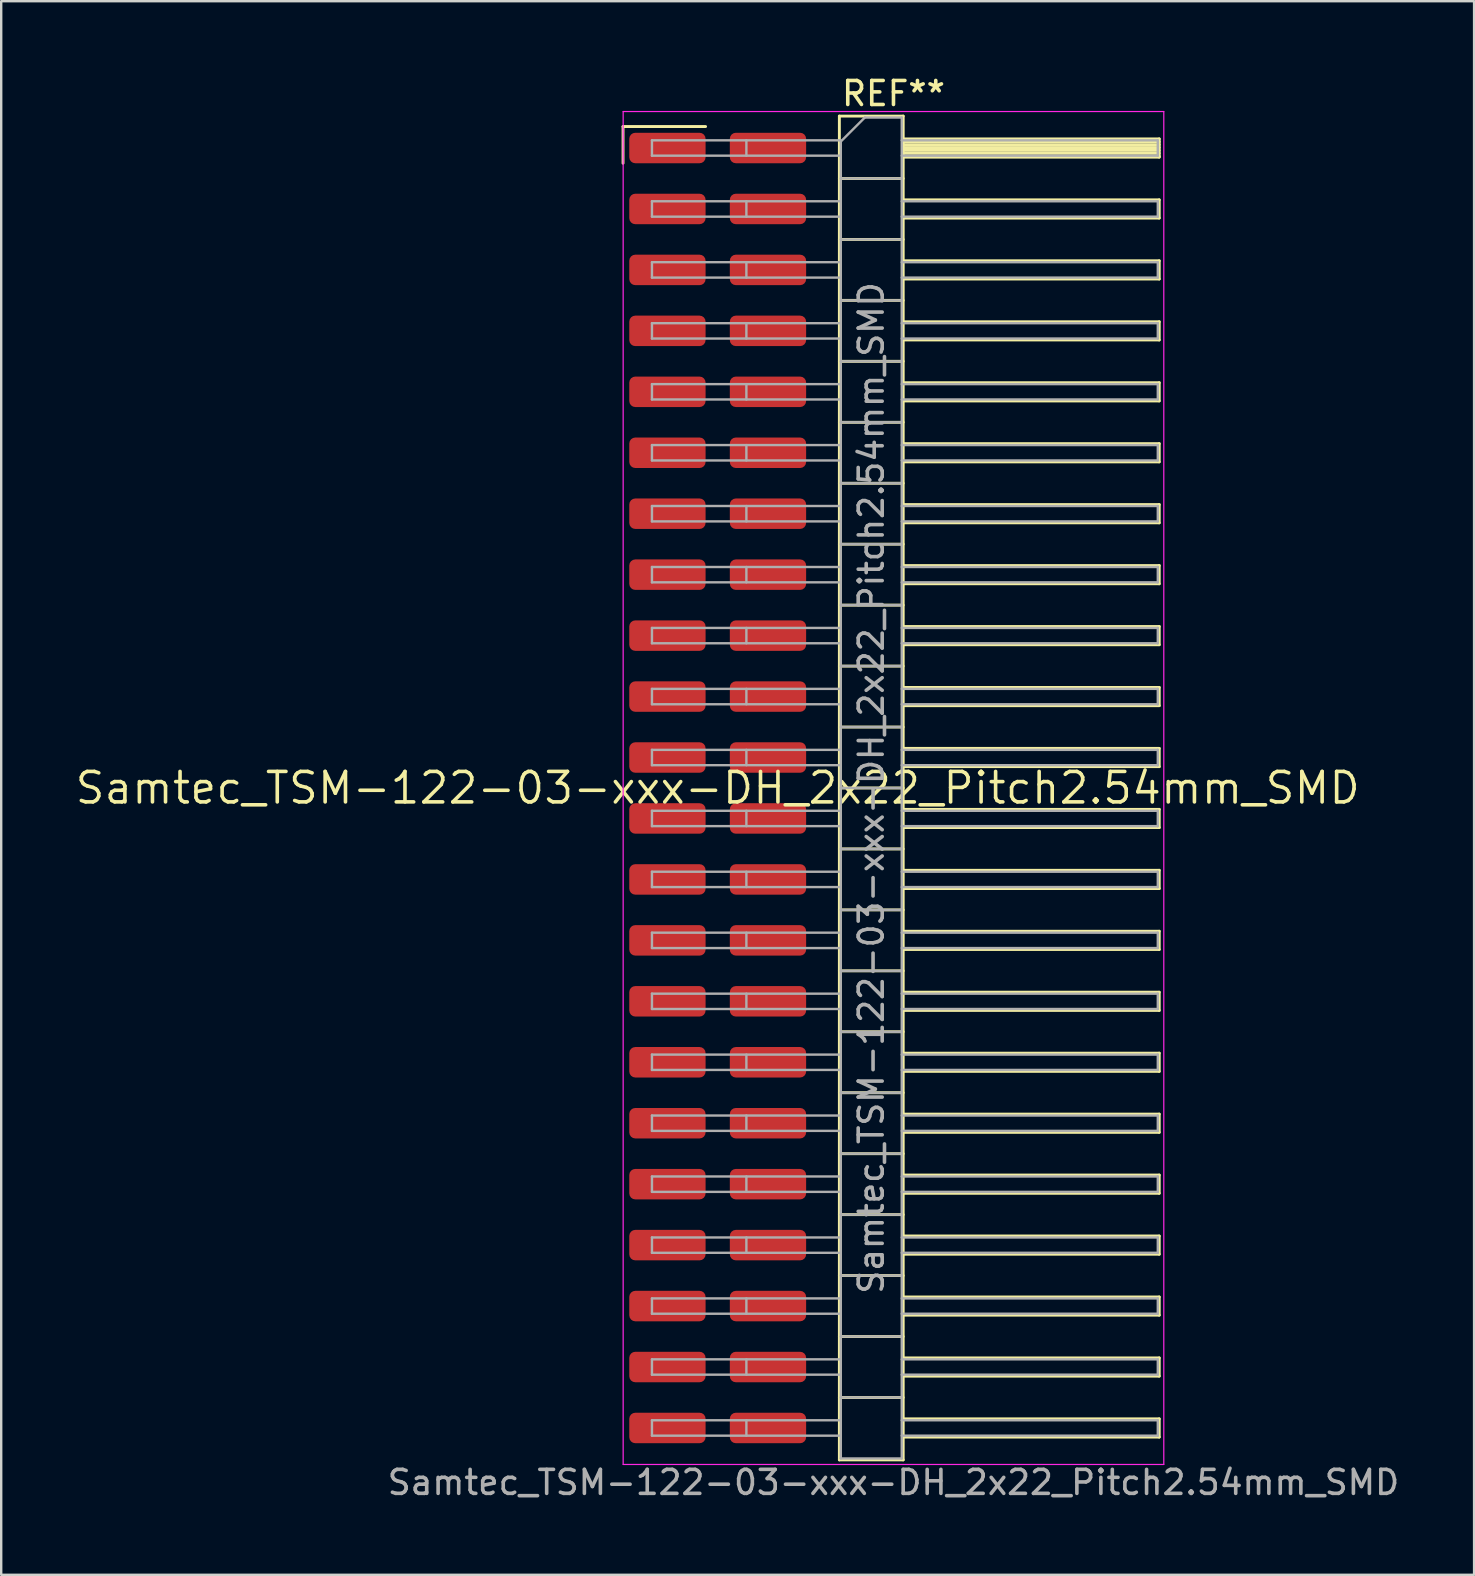
<source format=kicad_pcb>
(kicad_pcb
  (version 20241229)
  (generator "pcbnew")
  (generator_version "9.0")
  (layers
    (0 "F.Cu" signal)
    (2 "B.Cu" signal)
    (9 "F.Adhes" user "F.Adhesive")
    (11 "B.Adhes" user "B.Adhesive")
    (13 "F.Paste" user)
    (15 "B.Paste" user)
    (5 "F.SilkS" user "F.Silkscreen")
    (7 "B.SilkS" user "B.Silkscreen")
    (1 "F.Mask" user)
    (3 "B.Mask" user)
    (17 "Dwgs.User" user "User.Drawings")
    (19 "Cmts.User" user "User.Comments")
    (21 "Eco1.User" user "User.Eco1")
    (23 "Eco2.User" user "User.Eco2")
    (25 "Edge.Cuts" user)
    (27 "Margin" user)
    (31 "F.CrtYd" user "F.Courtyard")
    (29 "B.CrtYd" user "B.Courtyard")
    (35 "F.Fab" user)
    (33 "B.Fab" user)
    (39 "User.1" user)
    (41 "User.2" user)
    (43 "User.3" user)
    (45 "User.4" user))
  (footprint "Samtec_TSM-122-03-xxx-DH_2x22_Pitch2.54mm_SMD"
    (layer "F.Cu")
    (at 26.859 29.788)
    (property "Reference" "Samtec_TSM-122-03-xxx-DH_2x22_Pitch2.54mm_SMD" (at 0 0 0) (layer "F.SilkS") (effects (font (size 1.27 1.27) (thickness 0.15))))
    (attr smd)
    (fp_line (start -3.945 -27.565) (end -0.505 -27.565) (stroke (width 0.12) (type solid)) (layer "F.SilkS"))
    (fp_line (start -3.945 -26.035) (end -3.945 -27.565) (stroke (width 0.12) (type solid)) (layer "F.SilkS"))
    (fp_line (start 5.07 -28) (end 7.73 -28) (stroke (width 0.12) (type solid)) (layer "F.SilkS"))
    (fp_line (start 5.07 -25.4) (end 7.73 -25.4) (stroke (width 0.12) (type solid)) (layer "F.SilkS"))
    (fp_line (start 5.07 -22.86) (end 7.73 -22.86) (stroke (width 0.12) (type solid)) (layer "F.SilkS"))
    (fp_line (start 5.07 -20.32) (end 7.73 -20.32) (stroke (width 0.12) (type solid)) (layer "F.SilkS"))
    (fp_line (start 5.07 -17.78) (end 7.73 -17.78) (stroke (width 0.12) (type solid)) (layer "F.SilkS"))
    (fp_line (start 5.07 -15.24) (end 7.73 -15.24) (stroke (width 0.12) (type solid)) (layer "F.SilkS"))
    (fp_line (start 5.07 -12.7) (end 7.73 -12.7) (stroke (width 0.12) (type solid)) (layer "F.SilkS"))
    (fp_line (start 5.07 -10.16) (end 7.73 -10.16) (stroke (width 0.12) (type solid)) (layer "F.SilkS"))
    (fp_line (start 5.07 -7.62) (end 7.73 -7.62) (stroke (width 0.12) (type solid)) (layer "F.SilkS"))
    (fp_line (start 5.07 -5.08) (end 7.73 -5.08) (stroke (width 0.12) (type solid)) (layer "F.SilkS"))
    (fp_line (start 5.07 -2.54) (end 7.73 -2.54) (stroke (width 0.12) (type solid)) (layer "F.SilkS"))
    (fp_line (start 5.07 0) (end 7.73 0) (stroke (width 0.12) (type solid)) (layer "F.SilkS"))
    (fp_line (start 5.07 2.54) (end 7.73 2.54) (stroke (width 0.12) (type solid)) (layer "F.SilkS"))
    (fp_line (start 5.07 5.08) (end 7.73 5.08) (stroke (width 0.12) (type solid)) (layer "F.SilkS"))
    (fp_line (start 5.07 7.62) (end 7.73 7.62) (stroke (width 0.12) (type solid)) (layer "F.SilkS"))
    (fp_line (start 5.07 10.16) (end 7.73 10.16) (stroke (width 0.12) (type solid)) (layer "F.SilkS"))
    (fp_line (start 5.07 12.7) (end 7.73 12.7) (stroke (width 0.12) (type solid)) (layer "F.SilkS"))
    (fp_line (start 5.07 15.24) (end 7.73 15.24) (stroke (width 0.12) (type solid)) (layer "F.SilkS"))
    (fp_line (start 5.07 17.78) (end 7.73 17.78) (stroke (width 0.12) (type solid)) (layer "F.SilkS"))
    (fp_line (start 5.07 20.32) (end 7.73 20.32) (stroke (width 0.12) (type solid)) (layer "F.SilkS"))
    (fp_line (start 5.07 22.86) (end 7.73 22.86) (stroke (width 0.12) (type solid)) (layer "F.SilkS"))
    (fp_line (start 5.07 25.4) (end 7.73 25.4) (stroke (width 0.12) (type solid)) (layer "F.SilkS"))
    (fp_line (start 5.07 28) (end 5.07 -28) (stroke (width 0.12) (type solid)) (layer "F.SilkS"))
    (fp_line (start 7.73 -28) (end 7.73 28) (stroke (width 0.12) (type solid)) (layer "F.SilkS"))
    (fp_line (start 7.73 -27.05) (end 18.4 -27.05) (stroke (width 0.12) (type solid)) (layer "F.SilkS"))
    (fp_line (start 7.73 -26.93) (end 18.4 -26.93) (stroke (width 0.12) (type solid)) (layer "F.SilkS"))
    (fp_line (start 7.73 -26.81) (end 18.4 -26.81) (stroke (width 0.12) (type solid)) (layer "F.SilkS"))
    (fp_line (start 7.73 -26.69) (end 18.4 -26.69) (stroke (width 0.12) (type solid)) (layer "F.SilkS"))
    (fp_line (start 7.73 -26.57) (end 18.4 -26.57) (stroke (width 0.12) (type solid)) (layer "F.SilkS"))
    (fp_line (start 7.73 -26.45) (end 18.4 -26.45) (stroke (width 0.12) (type solid)) (layer "F.SilkS"))
    (fp_line (start 7.73 -26.33) (end 18.4 -26.33) (stroke (width 0.12) (type solid)) (layer "F.SilkS"))
    (fp_line (start 7.73 -26.29) (end 18.4 -26.29) (stroke (width 0.12) (type solid)) (layer "F.SilkS"))
    (fp_line (start 7.73 -24.51) (end 18.4 -24.51) (stroke (width 0.12) (type solid)) (layer "F.SilkS"))
    (fp_line (start 7.73 -23.75) (end 18.4 -23.75) (stroke (width 0.12) (type solid)) (layer "F.SilkS"))
    (fp_line (start 7.73 -21.97) (end 18.4 -21.97) (stroke (width 0.12) (type solid)) (layer "F.SilkS"))
    (fp_line (start 7.73 -21.21) (end 18.4 -21.21) (stroke (width 0.12) (type solid)) (layer "F.SilkS"))
    (fp_line (start 7.73 -19.43) (end 18.4 -19.43) (stroke (width 0.12) (type solid)) (layer "F.SilkS"))
    (fp_line (start 7.73 -18.67) (end 18.4 -18.67) (stroke (width 0.12) (type solid)) (layer "F.SilkS"))
    (fp_line (start 7.73 -16.89) (end 18.4 -16.89) (stroke (width 0.12) (type solid)) (layer "F.SilkS"))
    (fp_line (start 7.73 -16.13) (end 18.4 -16.13) (stroke (width 0.12) (type solid)) (layer "F.SilkS"))
    (fp_line (start 7.73 -14.35) (end 18.4 -14.35) (stroke (width 0.12) (type solid)) (layer "F.SilkS"))
    (fp_line (start 7.73 -13.59) (end 18.4 -13.59) (stroke (width 0.12) (type solid)) (layer "F.SilkS"))
    (fp_line (start 7.73 -11.81) (end 18.4 -11.81) (stroke (width 0.12) (type solid)) (layer "F.SilkS"))
    (fp_line (start 7.73 -11.05) (end 18.4 -11.05) (stroke (width 0.12) (type solid)) (layer "F.SilkS"))
    (fp_line (start 7.73 -9.27) (end 18.4 -9.27) (stroke (width 0.12) (type solid)) (layer "F.SilkS"))
    (fp_line (start 7.73 -8.51) (end 18.4 -8.51) (stroke (width 0.12) (type solid)) (layer "F.SilkS"))
    (fp_line (start 7.73 -6.73) (end 18.4 -6.73) (stroke (width 0.12) (type solid)) (layer "F.SilkS"))
    (fp_line (start 7.73 -5.97) (end 18.4 -5.97) (stroke (width 0.12) (type solid)) (layer "F.SilkS"))
    (fp_line (start 7.73 -4.19) (end 18.4 -4.19) (stroke (width 0.12) (type solid)) (layer "F.SilkS"))
    (fp_line (start 7.73 -3.43) (end 18.4 -3.43) (stroke (width 0.12) (type solid)) (layer "F.SilkS"))
    (fp_line (start 7.73 -1.65) (end 18.4 -1.65) (stroke (width 0.12) (type solid)) (layer "F.SilkS"))
    (fp_line (start 7.73 -0.89) (end 18.4 -0.89) (stroke (width 0.12) (type solid)) (layer "F.SilkS"))
    (fp_line (start 7.73 0.89) (end 18.4 0.89) (stroke (width 0.12) (type solid)) (layer "F.SilkS"))
    (fp_line (start 7.73 1.65) (end 18.4 1.65) (stroke (width 0.12) (type solid)) (layer "F.SilkS"))
    (fp_line (start 7.73 3.43) (end 18.4 3.43) (stroke (width 0.12) (type solid)) (layer "F.SilkS"))
    (fp_line (start 7.73 4.19) (end 18.4 4.19) (stroke (width 0.12) (type solid)) (layer "F.SilkS"))
    (fp_line (start 7.73 5.97) (end 18.4 5.97) (stroke (width 0.12) (type solid)) (layer "F.SilkS"))
    (fp_line (start 7.73 6.73) (end 18.4 6.73) (stroke (width 0.12) (type solid)) (layer "F.SilkS"))
    (fp_line (start 7.73 8.51) (end 18.4 8.51) (stroke (width 0.12) (type solid)) (layer "F.SilkS"))
    (fp_line (start 7.73 9.27) (end 18.4 9.27) (stroke (width 0.12) (type solid)) (layer "F.SilkS"))
    (fp_line (start 7.73 11.05) (end 18.4 11.05) (stroke (width 0.12) (type solid)) (layer "F.SilkS"))
    (fp_line (start 7.73 11.81) (end 18.4 11.81) (stroke (width 0.12) (type solid)) (layer "F.SilkS"))
    (fp_line (start 7.73 13.59) (end 18.4 13.59) (stroke (width 0.12) (type solid)) (layer "F.SilkS"))
    (fp_line (start 7.73 14.35) (end 18.4 14.35) (stroke (width 0.12) (type solid)) (layer "F.SilkS"))
    (fp_line (start 7.73 16.13) (end 18.4 16.13) (stroke (width 0.12) (type solid)) (layer "F.SilkS"))
    (fp_line (start 7.73 16.89) (end 18.4 16.89) (stroke (width 0.12) (type solid)) (layer "F.SilkS"))
    (fp_line (start 7.73 18.67) (end 18.4 18.67) (stroke (width 0.12) (type solid)) (layer "F.SilkS"))
    (fp_line (start 7.73 19.43) (end 18.4 19.43) (stroke (width 0.12) (type solid)) (layer "F.SilkS"))
    (fp_line (start 7.73 21.21) (end 18.4 21.21) (stroke (width 0.12) (type solid)) (layer "F.SilkS"))
    (fp_line (start 7.73 21.97) (end 18.4 21.97) (stroke (width 0.12) (type solid)) (layer "F.SilkS"))
    (fp_line (start 7.73 23.75) (end 18.4 23.75) (stroke (width 0.12) (type solid)) (layer "F.SilkS"))
    (fp_line (start 7.73 24.51) (end 18.4 24.51) (stroke (width 0.12) (type solid)) (layer "F.SilkS"))
    (fp_line (start 7.73 26.29) (end 18.4 26.29) (stroke (width 0.12) (type solid)) (layer "F.SilkS"))
    (fp_line (start 7.73 27.05) (end 18.4 27.05) (stroke (width 0.12) (type solid)) (layer "F.SilkS"))
    (fp_line (start 7.73 28) (end 5.07 28) (stroke (width 0.12) (type solid)) (layer "F.SilkS"))
    (fp_line (start 18.4 -27.05) (end 18.4 -26.29) (stroke (width 0.12) (type solid)) (layer "F.SilkS"))
    (fp_line (start 18.4 -24.51) (end 18.4 -23.75) (stroke (width 0.12) (type solid)) (layer "F.SilkS"))
    (fp_line (start 18.4 -21.97) (end 18.4 -21.21) (stroke (width 0.12) (type solid)) (layer "F.SilkS"))
    (fp_line (start 18.4 -19.43) (end 18.4 -18.67) (stroke (width 0.12) (type solid)) (layer "F.SilkS"))
    (fp_line (start 18.4 -16.89) (end 18.4 -16.13) (stroke (width 0.12) (type solid)) (layer "F.SilkS"))
    (fp_line (start 18.4 -14.35) (end 18.4 -13.59) (stroke (width 0.12) (type solid)) (layer "F.SilkS"))
    (fp_line (start 18.4 -11.81) (end 18.4 -11.05) (stroke (width 0.12) (type solid)) (layer "F.SilkS"))
    (fp_line (start 18.4 -9.27) (end 18.4 -8.51) (stroke (width 0.12) (type solid)) (layer "F.SilkS"))
    (fp_line (start 18.4 -6.73) (end 18.4 -5.97) (stroke (width 0.12) (type solid)) (layer "F.SilkS"))
    (fp_line (start 18.4 -4.19) (end 18.4 -3.43) (stroke (width 0.12) (type solid)) (layer "F.SilkS"))
    (fp_line (start 18.4 -1.65) (end 18.4 -0.89) (stroke (width 0.12) (type solid)) (layer "F.SilkS"))
    (fp_line (start 18.4 0.89) (end 18.4 1.65) (stroke (width 0.12) (type solid)) (layer "F.SilkS"))
    (fp_line (start 18.4 3.43) (end 18.4 4.19) (stroke (width 0.12) (type solid)) (layer "F.SilkS"))
    (fp_line (start 18.4 5.97) (end 18.4 6.73) (stroke (width 0.12) (type solid)) (layer "F.SilkS"))
    (fp_line (start 18.4 8.51) (end 18.4 9.27) (stroke (width 0.12) (type solid)) (layer "F.SilkS"))
    (fp_line (start 18.4 11.05) (end 18.4 11.81) (stroke (width 0.12) (type solid)) (layer "F.SilkS"))
    (fp_line (start 18.4 13.59) (end 18.4 14.35) (stroke (width 0.12) (type solid)) (layer "F.SilkS"))
    (fp_line (start 18.4 16.13) (end 18.4 16.89) (stroke (width 0.12) (type solid)) (layer "F.SilkS"))
    (fp_line (start 18.4 18.67) (end 18.4 19.43) (stroke (width 0.12) (type solid)) (layer "F.SilkS"))
    (fp_line (start 18.4 21.21) (end 18.4 21.97) (stroke (width 0.12) (type solid)) (layer "F.SilkS"))
    (fp_line (start 18.4 23.75) (end 18.4 24.51) (stroke (width 0.12) (type solid)) (layer "F.SilkS"))
    (fp_line (start 18.4 26.29) (end 18.4 27.05) (stroke (width 0.12) (type solid)) (layer "F.SilkS"))
    (fp_line (start -3.94 -28.19) (end 18.59 -28.19) (stroke (width 0.05) (type solid)) (layer "F.CrtYd"))
    (fp_line (start -3.94 28.19) (end -3.94 -28.19) (stroke (width 0.05) (type solid)) (layer "F.CrtYd"))
    (fp_line (start 18.59 -28.19) (end 18.59 28.19) (stroke (width 0.05) (type solid)) (layer "F.CrtYd"))
    (fp_line (start 18.59 28.19) (end -3.94 28.19) (stroke (width 0.05) (type solid)) (layer "F.CrtYd"))
    (fp_line (start -2.74 -26.99) (end -2.74 -26.35) (stroke (width 0.1) (type solid)) (layer "F.Fab"))
    (fp_line (start -2.74 -26.99) (end 5.13 -26.99) (stroke (width 0.1) (type solid)) (layer "F.Fab"))
    (fp_line (start -2.74 -26.35) (end 5.13 -26.35) (stroke (width 0.1) (type solid)) (layer "F.Fab"))
    (fp_line (start -2.74 -24.45) (end -2.74 -23.81) (stroke (width 0.1) (type solid)) (layer "F.Fab"))
    (fp_line (start -2.74 -24.45) (end 5.13 -24.45) (stroke (width 0.1) (type solid)) (layer "F.Fab"))
    (fp_line (start -2.74 -23.81) (end 5.13 -23.81) (stroke (width 0.1) (type solid)) (layer "F.Fab"))
    (fp_line (start -2.74 -21.91) (end -2.74 -21.27) (stroke (width 0.1) (type solid)) (layer "F.Fab"))
    (fp_line (start -2.74 -21.91) (end 5.13 -21.91) (stroke (width 0.1) (type solid)) (layer "F.Fab"))
    (fp_line (start -2.74 -21.27) (end 5.13 -21.27) (stroke (width 0.1) (type solid)) (layer "F.Fab"))
    (fp_line (start -2.74 -19.37) (end -2.74 -18.73) (stroke (width 0.1) (type solid)) (layer "F.Fab"))
    (fp_line (start -2.74 -19.37) (end 5.13 -19.37) (stroke (width 0.1) (type solid)) (layer "F.Fab"))
    (fp_line (start -2.74 -18.73) (end 5.13 -18.73) (stroke (width 0.1) (type solid)) (layer "F.Fab"))
    (fp_line (start -2.74 -16.83) (end -2.74 -16.19) (stroke (width 0.1) (type solid)) (layer "F.Fab"))
    (fp_line (start -2.74 -16.83) (end 5.13 -16.83) (stroke (width 0.1) (type solid)) (layer "F.Fab"))
    (fp_line (start -2.74 -16.19) (end 5.13 -16.19) (stroke (width 0.1) (type solid)) (layer "F.Fab"))
    (fp_line (start -2.74 -14.29) (end -2.74 -13.65) (stroke (width 0.1) (type solid)) (layer "F.Fab"))
    (fp_line (start -2.74 -14.29) (end 5.13 -14.29) (stroke (width 0.1) (type solid)) (layer "F.Fab"))
    (fp_line (start -2.74 -13.65) (end 5.13 -13.65) (stroke (width 0.1) (type solid)) (layer "F.Fab"))
    (fp_line (start -2.74 -11.75) (end -2.74 -11.11) (stroke (width 0.1) (type solid)) (layer "F.Fab"))
    (fp_line (start -2.74 -11.75) (end 5.13 -11.75) (stroke (width 0.1) (type solid)) (layer "F.Fab"))
    (fp_line (start -2.74 -11.11) (end 5.13 -11.11) (stroke (width 0.1) (type solid)) (layer "F.Fab"))
    (fp_line (start -2.74 -9.21) (end -2.74 -8.57) (stroke (width 0.1) (type solid)) (layer "F.Fab"))
    (fp_line (start -2.74 -9.21) (end 5.13 -9.21) (stroke (width 0.1) (type solid)) (layer "F.Fab"))
    (fp_line (start -2.74 -8.57) (end 5.13 -8.57) (stroke (width 0.1) (type solid)) (layer "F.Fab"))
    (fp_line (start -2.74 -6.67) (end -2.74 -6.03) (stroke (width 0.1) (type solid)) (layer "F.Fab"))
    (fp_line (start -2.74 -6.67) (end 5.13 -6.67) (stroke (width 0.1) (type solid)) (layer "F.Fab"))
    (fp_line (start -2.74 -6.03) (end 5.13 -6.03) (stroke (width 0.1) (type solid)) (layer "F.Fab"))
    (fp_line (start -2.74 -4.13) (end -2.74 -3.49) (stroke (width 0.1) (type solid)) (layer "F.Fab"))
    (fp_line (start -2.74 -4.13) (end 5.13 -4.13) (stroke (width 0.1) (type solid)) (layer "F.Fab"))
    (fp_line (start -2.74 -3.49) (end 5.13 -3.49) (stroke (width 0.1) (type solid)) (layer "F.Fab"))
    (fp_line (start -2.74 -1.59) (end -2.74 -0.95) (stroke (width 0.1) (type solid)) (layer "F.Fab"))
    (fp_line (start -2.74 -1.59) (end 5.13 -1.59) (stroke (width 0.1) (type solid)) (layer "F.Fab"))
    (fp_line (start -2.74 -0.95) (end 5.13 -0.95) (stroke (width 0.1) (type solid)) (layer "F.Fab"))
    (fp_line (start -2.74 0.95) (end -2.74 1.59) (stroke (width 0.1) (type solid)) (layer "F.Fab"))
    (fp_line (start -2.74 0.95) (end 5.13 0.95) (stroke (width 0.1) (type solid)) (layer "F.Fab"))
    (fp_line (start -2.74 1.59) (end 5.13 1.59) (stroke (width 0.1) (type solid)) (layer "F.Fab"))
    (fp_line (start -2.74 3.49) (end -2.74 4.13) (stroke (width 0.1) (type solid)) (layer "F.Fab"))
    (fp_line (start -2.74 3.49) (end 5.13 3.49) (stroke (width 0.1) (type solid)) (layer "F.Fab"))
    (fp_line (start -2.74 4.13) (end 5.13 4.13) (stroke (width 0.1) (type solid)) (layer "F.Fab"))
    (fp_line (start -2.74 6.03) (end -2.74 6.67) (stroke (width 0.1) (type solid)) (layer "F.Fab"))
    (fp_line (start -2.74 6.03) (end 5.13 6.03) (stroke (width 0.1) (type solid)) (layer "F.Fab"))
    (fp_line (start -2.74 6.67) (end 5.13 6.67) (stroke (width 0.1) (type solid)) (layer "F.Fab"))
    (fp_line (start -2.74 8.57) (end -2.74 9.21) (stroke (width 0.1) (type solid)) (layer "F.Fab"))
    (fp_line (start -2.74 8.57) (end 5.13 8.57) (stroke (width 0.1) (type solid)) (layer "F.Fab"))
    (fp_line (start -2.74 9.21) (end 5.13 9.21) (stroke (width 0.1) (type solid)) (layer "F.Fab"))
    (fp_line (start -2.74 11.11) (end -2.74 11.75) (stroke (width 0.1) (type solid)) (layer "F.Fab"))
    (fp_line (start -2.74 11.11) (end 5.13 11.11) (stroke (width 0.1) (type solid)) (layer "F.Fab"))
    (fp_line (start -2.74 11.75) (end 5.13 11.75) (stroke (width 0.1) (type solid)) (layer "F.Fab"))
    (fp_line (start -2.74 13.65) (end -2.74 14.29) (stroke (width 0.1) (type solid)) (layer "F.Fab"))
    (fp_line (start -2.74 13.65) (end 5.13 13.65) (stroke (width 0.1) (type solid)) (layer "F.Fab"))
    (fp_line (start -2.74 14.29) (end 5.13 14.29) (stroke (width 0.1) (type solid)) (layer "F.Fab"))
    (fp_line (start -2.74 16.19) (end -2.74 16.83) (stroke (width 0.1) (type solid)) (layer "F.Fab"))
    (fp_line (start -2.74 16.19) (end 5.13 16.19) (stroke (width 0.1) (type solid)) (layer "F.Fab"))
    (fp_line (start -2.74 16.83) (end 5.13 16.83) (stroke (width 0.1) (type solid)) (layer "F.Fab"))
    (fp_line (start -2.74 18.73) (end -2.74 19.37) (stroke (width 0.1) (type solid)) (layer "F.Fab"))
    (fp_line (start -2.74 18.73) (end 5.13 18.73) (stroke (width 0.1) (type solid)) (layer "F.Fab"))
    (fp_line (start -2.74 19.37) (end 5.13 19.37) (stroke (width 0.1) (type solid)) (layer "F.Fab"))
    (fp_line (start -2.74 21.27) (end -2.74 21.91) (stroke (width 0.1) (type solid)) (layer "F.Fab"))
    (fp_line (start -2.74 21.27) (end 5.13 21.27) (stroke (width 0.1) (type solid)) (layer "F.Fab"))
    (fp_line (start -2.74 21.91) (end 5.13 21.91) (stroke (width 0.1) (type solid)) (layer "F.Fab"))
    (fp_line (start -2.74 23.81) (end -2.74 24.45) (stroke (width 0.1) (type solid)) (layer "F.Fab"))
    (fp_line (start -2.74 23.81) (end 5.13 23.81) (stroke (width 0.1) (type solid)) (layer "F.Fab"))
    (fp_line (start -2.74 24.45) (end 5.13 24.45) (stroke (width 0.1) (type solid)) (layer "F.Fab"))
    (fp_line (start -2.74 26.35) (end -2.74 26.99) (stroke (width 0.1) (type solid)) (layer "F.Fab"))
    (fp_line (start -2.74 26.35) (end 5.13 26.35) (stroke (width 0.1) (type solid)) (layer "F.Fab"))
    (fp_line (start -2.74 26.99) (end 5.13 26.99) (stroke (width 0.1) (type solid)) (layer "F.Fab"))
    (fp_line (start 1.195 -26.99) (end 1.195 -26.35) (stroke (width 0.1) (type solid)) (layer "F.Fab"))
    (fp_line (start 1.195 -24.45) (end 1.195 -23.81) (stroke (width 0.1) (type solid)) (layer "F.Fab"))
    (fp_line (start 1.195 -21.91) (end 1.195 -21.27) (stroke (width 0.1) (type solid)) (layer "F.Fab"))
    (fp_line (start 1.195 -19.37) (end 1.195 -18.73) (stroke (width 0.1) (type solid)) (layer "F.Fab"))
    (fp_line (start 1.195 -16.83) (end 1.195 -16.19) (stroke (width 0.1) (type solid)) (layer "F.Fab"))
    (fp_line (start 1.195 -14.29) (end 1.195 -13.65) (stroke (width 0.1) (type solid)) (layer "F.Fab"))
    (fp_line (start 1.195 -11.75) (end 1.195 -11.11) (stroke (width 0.1) (type solid)) (layer "F.Fab"))
    (fp_line (start 1.195 -9.21) (end 1.195 -8.57) (stroke (width 0.1) (type solid)) (layer "F.Fab"))
    (fp_line (start 1.195 -6.67) (end 1.195 -6.03) (stroke (width 0.1) (type solid)) (layer "F.Fab"))
    (fp_line (start 1.195 -4.13) (end 1.195 -3.49) (stroke (width 0.1) (type solid)) (layer "F.Fab"))
    (fp_line (start 1.195 -1.59) (end 1.195 -0.95) (stroke (width 0.1) (type solid)) (layer "F.Fab"))
    (fp_line (start 1.195 0.95) (end 1.195 1.59) (stroke (width 0.1) (type solid)) (layer "F.Fab"))
    (fp_line (start 1.195 3.49) (end 1.195 4.13) (stroke (width 0.1) (type solid)) (layer "F.Fab"))
    (fp_line (start 1.195 6.03) (end 1.195 6.67) (stroke (width 0.1) (type solid)) (layer "F.Fab"))
    (fp_line (start 1.195 8.57) (end 1.195 9.21) (stroke (width 0.1) (type solid)) (layer "F.Fab"))
    (fp_line (start 1.195 11.11) (end 1.195 11.75) (stroke (width 0.1) (type solid)) (layer "F.Fab"))
    (fp_line (start 1.195 13.65) (end 1.195 14.29) (stroke (width 0.1) (type solid)) (layer "F.Fab"))
    (fp_line (start 1.195 16.19) (end 1.195 16.83) (stroke (width 0.1) (type solid)) (layer "F.Fab"))
    (fp_line (start 1.195 18.73) (end 1.195 19.37) (stroke (width 0.1) (type solid)) (layer "F.Fab"))
    (fp_line (start 1.195 21.27) (end 1.195 21.91) (stroke (width 0.1) (type solid)) (layer "F.Fab"))
    (fp_line (start 1.195 23.81) (end 1.195 24.45) (stroke (width 0.1) (type solid)) (layer "F.Fab"))
    (fp_line (start 1.195 26.35) (end 1.195 26.99) (stroke (width 0.1) (type solid)) (layer "F.Fab"))
    (fp_line (start 5.13 -26.94) (end 6.13 -27.94) (stroke (width 0.1) (type solid)) (layer "F.Fab"))
    (fp_line (start 5.13 -25.4) (end 7.67 -25.4) (stroke (width 0.1) (type solid)) (layer "F.Fab"))
    (fp_line (start 5.13 -22.86) (end 7.67 -22.86) (stroke (width 0.1) (type solid)) (layer "F.Fab"))
    (fp_line (start 5.13 -20.32) (end 7.67 -20.32) (stroke (width 0.1) (type solid)) (layer "F.Fab"))
    (fp_line (start 5.13 -17.78) (end 7.67 -17.78) (stroke (width 0.1) (type solid)) (layer "F.Fab"))
    (fp_line (start 5.13 -15.24) (end 7.67 -15.24) (stroke (width 0.1) (type solid)) (layer "F.Fab"))
    (fp_line (start 5.13 -12.7) (end 7.67 -12.7) (stroke (width 0.1) (type solid)) (layer "F.Fab"))
    (fp_line (start 5.13 -10.16) (end 7.67 -10.16) (stroke (width 0.1) (type solid)) (layer "F.Fab"))
    (fp_line (start 5.13 -7.62) (end 7.67 -7.62) (stroke (width 0.1) (type solid)) (layer "F.Fab"))
    (fp_line (start 5.13 -5.08) (end 7.67 -5.08) (stroke (width 0.1) (type solid)) (layer "F.Fab"))
    (fp_line (start 5.13 -2.54) (end 7.67 -2.54) (stroke (width 0.1) (type solid)) (layer "F.Fab"))
    (fp_line (start 5.13 0) (end 7.67 0) (stroke (width 0.1) (type solid)) (layer "F.Fab"))
    (fp_line (start 5.13 2.54) (end 7.67 2.54) (stroke (width 0.1) (type solid)) (layer "F.Fab"))
    (fp_line (start 5.13 5.08) (end 7.67 5.08) (stroke (width 0.1) (type solid)) (layer "F.Fab"))
    (fp_line (start 5.13 7.62) (end 7.67 7.62) (stroke (width 0.1) (type solid)) (layer "F.Fab"))
    (fp_line (start 5.13 10.16) (end 7.67 10.16) (stroke (width 0.1) (type solid)) (layer "F.Fab"))
    (fp_line (start 5.13 12.7) (end 7.67 12.7) (stroke (width 0.1) (type solid)) (layer "F.Fab"))
    (fp_line (start 5.13 15.24) (end 7.67 15.24) (stroke (width 0.1) (type solid)) (layer "F.Fab"))
    (fp_line (start 5.13 17.78) (end 7.67 17.78) (stroke (width 0.1) (type solid)) (layer "F.Fab"))
    (fp_line (start 5.13 20.32) (end 7.67 20.32) (stroke (width 0.1) (type solid)) (layer "F.Fab"))
    (fp_line (start 5.13 22.86) (end 7.67 22.86) (stroke (width 0.1) (type solid)) (layer "F.Fab"))
    (fp_line (start 5.13 25.4) (end 7.67 25.4) (stroke (width 0.1) (type solid)) (layer "F.Fab"))
    (fp_line (start 5.13 27.94) (end 5.13 -26.94) (stroke (width 0.1) (type solid)) (layer "F.Fab"))
    (fp_line (start 6.13 -27.94) (end 7.67 -27.94) (stroke (width 0.1) (type solid)) (layer "F.Fab"))
    (fp_line (start 7.67 -27.94) (end 7.67 27.94) (stroke (width 0.1) (type solid)) (layer "F.Fab"))
    (fp_line (start 7.67 -26.99) (end 18.34 -26.99) (stroke (width 0.1) (type solid)) (layer "F.Fab"))
    (fp_line (start 7.67 -26.35) (end 18.34 -26.35) (stroke (width 0.1) (type solid)) (layer "F.Fab"))
    (fp_line (start 7.67 -24.45) (end 18.34 -24.45) (stroke (width 0.1) (type solid)) (layer "F.Fab"))
    (fp_line (start 7.67 -23.81) (end 18.34 -23.81) (stroke (width 0.1) (type solid)) (layer "F.Fab"))
    (fp_line (start 7.67 -21.91) (end 18.34 -21.91) (stroke (width 0.1) (type solid)) (layer "F.Fab"))
    (fp_line (start 7.67 -21.27) (end 18.34 -21.27) (stroke (width 0.1) (type solid)) (layer "F.Fab"))
    (fp_line (start 7.67 -19.37) (end 18.34 -19.37) (stroke (width 0.1) (type solid)) (layer "F.Fab"))
    (fp_line (start 7.67 -18.73) (end 18.34 -18.73) (stroke (width 0.1) (type solid)) (layer "F.Fab"))
    (fp_line (start 7.67 -16.83) (end 18.34 -16.83) (stroke (width 0.1) (type solid)) (layer "F.Fab"))
    (fp_line (start 7.67 -16.19) (end 18.34 -16.19) (stroke (width 0.1) (type solid)) (layer "F.Fab"))
    (fp_line (start 7.67 -14.29) (end 18.34 -14.29) (stroke (width 0.1) (type solid)) (layer "F.Fab"))
    (fp_line (start 7.67 -13.65) (end 18.34 -13.65) (stroke (width 0.1) (type solid)) (layer "F.Fab"))
    (fp_line (start 7.67 -11.75) (end 18.34 -11.75) (stroke (width 0.1) (type solid)) (layer "F.Fab"))
    (fp_line (start 7.67 -11.11) (end 18.34 -11.11) (stroke (width 0.1) (type solid)) (layer "F.Fab"))
    (fp_line (start 7.67 -9.21) (end 18.34 -9.21) (stroke (width 0.1) (type solid)) (layer "F.Fab"))
    (fp_line (start 7.67 -8.57) (end 18.34 -8.57) (stroke (width 0.1) (type solid)) (layer "F.Fab"))
    (fp_line (start 7.67 -6.67) (end 18.34 -6.67) (stroke (width 0.1) (type solid)) (layer "F.Fab"))
    (fp_line (start 7.67 -6.03) (end 18.34 -6.03) (stroke (width 0.1) (type solid)) (layer "F.Fab"))
    (fp_line (start 7.67 -4.13) (end 18.34 -4.13) (stroke (width 0.1) (type solid)) (layer "F.Fab"))
    (fp_line (start 7.67 -3.49) (end 18.34 -3.49) (stroke (width 0.1) (type solid)) (layer "F.Fab"))
    (fp_line (start 7.67 -1.59) (end 18.34 -1.59) (stroke (width 0.1) (type solid)) (layer "F.Fab"))
    (fp_line (start 7.67 -0.95) (end 18.34 -0.95) (stroke (width 0.1) (type solid)) (layer "F.Fab"))
    (fp_line (start 7.67 0.95) (end 18.34 0.95) (stroke (width 0.1) (type solid)) (layer "F.Fab"))
    (fp_line (start 7.67 1.59) (end 18.34 1.59) (stroke (width 0.1) (type solid)) (layer "F.Fab"))
    (fp_line (start 7.67 3.49) (end 18.34 3.49) (stroke (width 0.1) (type solid)) (layer "F.Fab"))
    (fp_line (start 7.67 4.13) (end 18.34 4.13) (stroke (width 0.1) (type solid)) (layer "F.Fab"))
    (fp_line (start 7.67 6.03) (end 18.34 6.03) (stroke (width 0.1) (type solid)) (layer "F.Fab"))
    (fp_line (start 7.67 6.67) (end 18.34 6.67) (stroke (width 0.1) (type solid)) (layer "F.Fab"))
    (fp_line (start 7.67 8.57) (end 18.34 8.57) (stroke (width 0.1) (type solid)) (layer "F.Fab"))
    (fp_line (start 7.67 9.21) (end 18.34 9.21) (stroke (width 0.1) (type solid)) (layer "F.Fab"))
    (fp_line (start 7.67 11.11) (end 18.34 11.11) (stroke (width 0.1) (type solid)) (layer "F.Fab"))
    (fp_line (start 7.67 11.75) (end 18.34 11.75) (stroke (width 0.1) (type solid)) (layer "F.Fab"))
    (fp_line (start 7.67 13.65) (end 18.34 13.65) (stroke (width 0.1) (type solid)) (layer "F.Fab"))
    (fp_line (start 7.67 14.29) (end 18.34 14.29) (stroke (width 0.1) (type solid)) (layer "F.Fab"))
    (fp_line (start 7.67 16.19) (end 18.34 16.19) (stroke (width 0.1) (type solid)) (layer "F.Fab"))
    (fp_line (start 7.67 16.83) (end 18.34 16.83) (stroke (width 0.1) (type solid)) (layer "F.Fab"))
    (fp_line (start 7.67 18.73) (end 18.34 18.73) (stroke (width 0.1) (type solid)) (layer "F.Fab"))
    (fp_line (start 7.67 19.37) (end 18.34 19.37) (stroke (width 0.1) (type solid)) (layer "F.Fab"))
    (fp_line (start 7.67 21.27) (end 18.34 21.27) (stroke (width 0.1) (type solid)) (layer "F.Fab"))
    (fp_line (start 7.67 21.91) (end 18.34 21.91) (stroke (width 0.1) (type solid)) (layer "F.Fab"))
    (fp_line (start 7.67 23.81) (end 18.34 23.81) (stroke (width 0.1) (type solid)) (layer "F.Fab"))
    (fp_line (start 7.67 24.45) (end 18.34 24.45) (stroke (width 0.1) (type solid)) (layer "F.Fab"))
    (fp_line (start 7.67 26.35) (end 18.34 26.35) (stroke (width 0.1) (type solid)) (layer "F.Fab"))
    (fp_line (start 7.67 26.99) (end 18.34 26.99) (stroke (width 0.1) (type solid)) (layer "F.Fab"))
    (fp_line (start 7.67 27.94) (end 5.13 27.94) (stroke (width 0.1) (type solid)) (layer "F.Fab"))
    (fp_line (start 18.34 -26.99) (end 18.34 -26.35) (stroke (width 0.1) (type solid)) (layer "F.Fab"))
    (fp_line (start 18.34 -24.45) (end 18.34 -23.81) (stroke (width 0.1) (type solid)) (layer "F.Fab"))
    (fp_line (start 18.34 -21.91) (end 18.34 -21.27) (stroke (width 0.1) (type solid)) (layer "F.Fab"))
    (fp_line (start 18.34 -19.37) (end 18.34 -18.73) (stroke (width 0.1) (type solid)) (layer "F.Fab"))
    (fp_line (start 18.34 -16.83) (end 18.34 -16.19) (stroke (width 0.1) (type solid)) (layer "F.Fab"))
    (fp_line (start 18.34 -14.29) (end 18.34 -13.65) (stroke (width 0.1) (type solid)) (layer "F.Fab"))
    (fp_line (start 18.34 -11.75) (end 18.34 -11.11) (stroke (width 0.1) (type solid)) (layer "F.Fab"))
    (fp_line (start 18.34 -9.21) (end 18.34 -8.57) (stroke (width 0.1) (type solid)) (layer "F.Fab"))
    (fp_line (start 18.34 -6.67) (end 18.34 -6.03) (stroke (width 0.1) (type solid)) (layer "F.Fab"))
    (fp_line (start 18.34 -4.13) (end 18.34 -3.49) (stroke (width 0.1) (type solid)) (layer "F.Fab"))
    (fp_line (start 18.34 -1.59) (end 18.34 -0.95) (stroke (width 0.1) (type solid)) (layer "F.Fab"))
    (fp_line (start 18.34 0.95) (end 18.34 1.59) (stroke (width 0.1) (type solid)) (layer "F.Fab"))
    (fp_line (start 18.34 3.49) (end 18.34 4.13) (stroke (width 0.1) (type solid)) (layer "F.Fab"))
    (fp_line (start 18.34 6.03) (end 18.34 6.67) (stroke (width 0.1) (type solid)) (layer "F.Fab"))
    (fp_line (start 18.34 8.57) (end 18.34 9.21) (stroke (width 0.1) (type solid)) (layer "F.Fab"))
    (fp_line (start 18.34 11.11) (end 18.34 11.75) (stroke (width 0.1) (type solid)) (layer "F.Fab"))
    (fp_line (start 18.34 13.65) (end 18.34 14.29) (stroke (width 0.1) (type solid)) (layer "F.Fab"))
    (fp_line (start 18.34 16.19) (end 18.34 16.83) (stroke (width 0.1) (type solid)) (layer "F.Fab"))
    (fp_line (start 18.34 18.73) (end 18.34 19.37) (stroke (width 0.1) (type solid)) (layer "F.Fab"))
    (fp_line (start 18.34 21.27) (end 18.34 21.91) (stroke (width 0.1) (type solid)) (layer "F.Fab"))
    (fp_line (start 18.34 23.81) (end 18.34 24.45) (stroke (width 0.1) (type solid)) (layer "F.Fab"))
    (fp_line (start 18.34 26.35) (end 18.34 26.99) (stroke (width 0.1) (type solid)) (layer "F.Fab"))
    (fp_text user "REF**" (at 7.325 -28.94 0) (layer "F.SilkS") (effects (font (size 1 1) (thickness 0.15))))
    (fp_text user "${REFERENCE}" (at 6.4 0 90) (layer "F.Fab") (effects (font (size 1 1) (thickness 0.15))))
    (fp_text user "Samtec_TSM-122-03-xxx-DH_2x22_Pitch2.54mm_SMD" (at 7.325 28.94 0) (layer "F.Fab") (effects (font (size 1 1) (thickness 0.15))))
    (pad "1" smd roundrect (at -2.095 -26.67) (size 3.18 1.27) (layers "F.Cu" "F.Mask" "F.Paste") (roundrect_rratio 0.197))
    (pad "2" smd roundrect (at 2.095 -26.67) (size 3.18 1.27) (layers "F.Cu" "F.Mask" "F.Paste") (roundrect_rratio 0.197))
    (pad "3" smd roundrect (at -2.095 -24.13) (size 3.18 1.27) (layers "F.Cu" "F.Mask" "F.Paste") (roundrect_rratio 0.197))
    (pad "4" smd roundrect (at 2.095 -24.13) (size 3.18 1.27) (layers "F.Cu" "F.Mask" "F.Paste") (roundrect_rratio 0.197))
    (pad "5" smd roundrect (at -2.095 -21.59) (size 3.18 1.27) (layers "F.Cu" "F.Mask" "F.Paste") (roundrect_rratio 0.197))
    (pad "6" smd roundrect (at 2.095 -21.59) (size 3.18 1.27) (layers "F.Cu" "F.Mask" "F.Paste") (roundrect_rratio 0.197))
    (pad "7" smd roundrect (at -2.095 -19.05) (size 3.18 1.27) (layers "F.Cu" "F.Mask" "F.Paste") (roundrect_rratio 0.197))
    (pad "8" smd roundrect (at 2.095 -19.05) (size 3.18 1.27) (layers "F.Cu" "F.Mask" "F.Paste") (roundrect_rratio 0.197))
    (pad "9" smd roundrect (at -2.095 -16.51) (size 3.18 1.27) (layers "F.Cu" "F.Mask" "F.Paste") (roundrect_rratio 0.197))
    (pad "10" smd roundrect (at 2.095 -16.51) (size 3.18 1.27) (layers "F.Cu" "F.Mask" "F.Paste") (roundrect_rratio 0.197))
    (pad "11" smd roundrect (at -2.095 -13.97) (size 3.18 1.27) (layers "F.Cu" "F.Mask" "F.Paste") (roundrect_rratio 0.197))
    (pad "12" smd roundrect (at 2.095 -13.97) (size 3.18 1.27) (layers "F.Cu" "F.Mask" "F.Paste") (roundrect_rratio 0.197))
    (pad "13" smd roundrect (at -2.095 -11.43) (size 3.18 1.27) (layers "F.Cu" "F.Mask" "F.Paste") (roundrect_rratio 0.197))
    (pad "14" smd roundrect (at 2.095 -11.43) (size 3.18 1.27) (layers "F.Cu" "F.Mask" "F.Paste") (roundrect_rratio 0.197))
    (pad "15" smd roundrect (at -2.095 -8.89) (size 3.18 1.27) (layers "F.Cu" "F.Mask" "F.Paste") (roundrect_rratio 0.197))
    (pad "16" smd roundrect (at 2.095 -8.89) (size 3.18 1.27) (layers "F.Cu" "F.Mask" "F.Paste") (roundrect_rratio 0.197))
    (pad "17" smd roundrect (at -2.095 -6.35) (size 3.18 1.27) (layers "F.Cu" "F.Mask" "F.Paste") (roundrect_rratio 0.197))
    (pad "18" smd roundrect (at 2.095 -6.35) (size 3.18 1.27) (layers "F.Cu" "F.Mask" "F.Paste") (roundrect_rratio 0.197))
    (pad "19" smd roundrect (at -2.095 -3.81) (size 3.18 1.27) (layers "F.Cu" "F.Mask" "F.Paste") (roundrect_rratio 0.197))
    (pad "20" smd roundrect (at 2.095 -3.81) (size 3.18 1.27) (layers "F.Cu" "F.Mask" "F.Paste") (roundrect_rratio 0.197))
    (pad "21" smd roundrect (at -2.095 -1.27) (size 3.18 1.27) (layers "F.Cu" "F.Mask" "F.Paste") (roundrect_rratio 0.197))
    (pad "22" smd roundrect (at 2.095 -1.27) (size 3.18 1.27) (layers "F.Cu" "F.Mask" "F.Paste") (roundrect_rratio 0.197))
    (pad "23" smd roundrect (at -2.095 1.27) (size 3.18 1.27) (layers "F.Cu" "F.Mask" "F.Paste") (roundrect_rratio 0.197))
    (pad "24" smd roundrect (at 2.095 1.27) (size 3.18 1.27) (layers "F.Cu" "F.Mask" "F.Paste") (roundrect_rratio 0.197))
    (pad "25" smd roundrect (at -2.095 3.81) (size 3.18 1.27) (layers "F.Cu" "F.Mask" "F.Paste") (roundrect_rratio 0.197))
    (pad "26" smd roundrect (at 2.095 3.81) (size 3.18 1.27) (layers "F.Cu" "F.Mask" "F.Paste") (roundrect_rratio 0.197))
    (pad "27" smd roundrect (at -2.095 6.35) (size 3.18 1.27) (layers "F.Cu" "F.Mask" "F.Paste") (roundrect_rratio 0.197))
    (pad "28" smd roundrect (at 2.095 6.35) (size 3.18 1.27) (layers "F.Cu" "F.Mask" "F.Paste") (roundrect_rratio 0.197))
    (pad "29" smd roundrect (at -2.095 8.89) (size 3.18 1.27) (layers "F.Cu" "F.Mask" "F.Paste") (roundrect_rratio 0.197))
    (pad "30" smd roundrect (at 2.095 8.89) (size 3.18 1.27) (layers "F.Cu" "F.Mask" "F.Paste") (roundrect_rratio 0.197))
    (pad "31" smd roundrect (at -2.095 11.43) (size 3.18 1.27) (layers "F.Cu" "F.Mask" "F.Paste") (roundrect_rratio 0.197))
    (pad "32" smd roundrect (at 2.095 11.43) (size 3.18 1.27) (layers "F.Cu" "F.Mask" "F.Paste") (roundrect_rratio 0.197))
    (pad "33" smd roundrect (at -2.095 13.97) (size 3.18 1.27) (layers "F.Cu" "F.Mask" "F.Paste") (roundrect_rratio 0.197))
    (pad "34" smd roundrect (at 2.095 13.97) (size 3.18 1.27) (layers "F.Cu" "F.Mask" "F.Paste") (roundrect_rratio 0.197))
    (pad "35" smd roundrect (at -2.095 16.51) (size 3.18 1.27) (layers "F.Cu" "F.Mask" "F.Paste") (roundrect_rratio 0.197))
    (pad "36" smd roundrect (at 2.095 16.51) (size 3.18 1.27) (layers "F.Cu" "F.Mask" "F.Paste") (roundrect_rratio 0.197))
    (pad "37" smd roundrect (at -2.095 19.05) (size 3.18 1.27) (layers "F.Cu" "F.Mask" "F.Paste") (roundrect_rratio 0.197))
    (pad "38" smd roundrect (at 2.095 19.05) (size 3.18 1.27) (layers "F.Cu" "F.Mask" "F.Paste") (roundrect_rratio 0.197))
    (pad "39" smd roundrect (at -2.095 21.59) (size 3.18 1.27) (layers "F.Cu" "F.Mask" "F.Paste") (roundrect_rratio 0.197))
    (pad "40" smd roundrect (at 2.095 21.59) (size 3.18 1.27) (layers "F.Cu" "F.Mask" "F.Paste") (roundrect_rratio 0.197))
    (pad "41" smd roundrect (at -2.095 24.13) (size 3.18 1.27) (layers "F.Cu" "F.Mask" "F.Paste") (roundrect_rratio 0.197))
    (pad "42" smd roundrect (at 2.095 24.13) (size 3.18 1.27) (layers "F.Cu" "F.Mask" "F.Paste") (roundrect_rratio 0.197))
    (pad "43" smd roundrect (at -2.095 26.67) (size 3.18 1.27) (layers "F.Cu" "F.Mask" "F.Paste") (roundrect_rratio 0.197))
    (pad "44" smd roundrect (at 2.095 26.67) (size 3.18 1.27) (layers "F.Cu" "F.Mask" "F.Paste") (roundrect_rratio 0.197)))
  (gr_rect
    (start -3 -3)
    (end 58.38 62.577)
    (stroke (width 0.1) (type default))
    (fill no)
    (layer "Edge.Cuts")))
</source>
